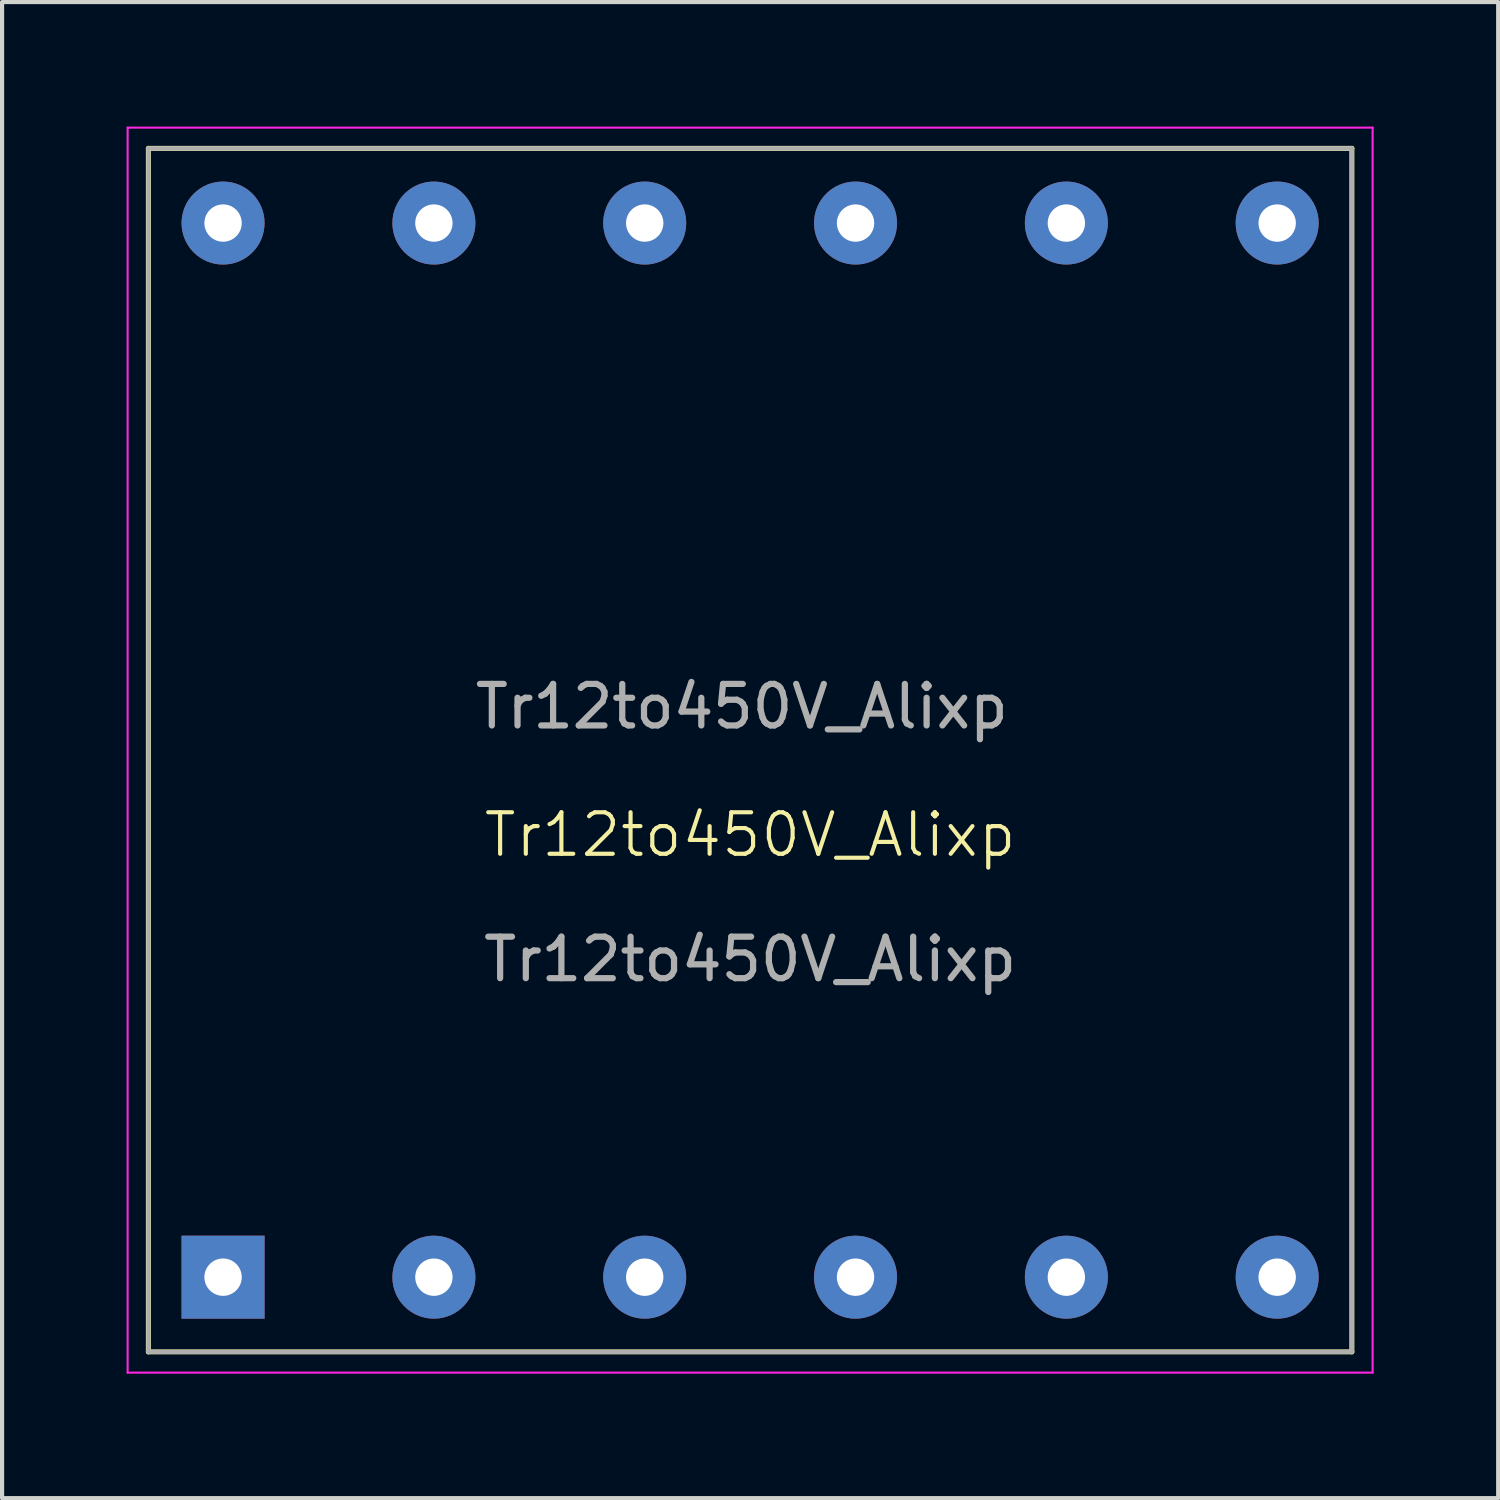
<source format=kicad_pcb>
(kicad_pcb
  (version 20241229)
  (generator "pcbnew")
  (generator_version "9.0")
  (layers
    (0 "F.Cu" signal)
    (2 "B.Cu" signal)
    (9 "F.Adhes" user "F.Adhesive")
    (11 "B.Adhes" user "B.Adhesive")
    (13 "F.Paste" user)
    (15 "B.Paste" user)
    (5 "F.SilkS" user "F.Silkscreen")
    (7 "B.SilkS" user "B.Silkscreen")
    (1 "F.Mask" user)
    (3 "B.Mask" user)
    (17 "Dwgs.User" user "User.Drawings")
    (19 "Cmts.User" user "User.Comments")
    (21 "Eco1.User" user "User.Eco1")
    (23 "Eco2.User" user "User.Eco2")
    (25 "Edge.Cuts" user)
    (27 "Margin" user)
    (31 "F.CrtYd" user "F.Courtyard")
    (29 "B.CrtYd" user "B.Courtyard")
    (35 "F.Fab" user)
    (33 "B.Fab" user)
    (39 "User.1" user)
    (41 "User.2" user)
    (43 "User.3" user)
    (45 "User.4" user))
  (footprint "Tr12to450V_Alixp"
    (layer "F.Cu")
    (at 15.025 15.025)
    (property "Reference" "Tr12to450V_Alixp" (at 0 2.04 0) (unlocked yes) (layer "F.SilkS") (effects (font (size 1 1) (thickness 0.1))))
    (attr smd)
    (fp_line (start -14.5 -14.5) (end 14.5 -14.5) (stroke (width 0.12) (type solid)) (layer "F.SilkS"))
    (fp_line (start -14.5 14.5) (end -14.5 -14.5) (stroke (width 0.12) (type solid)) (layer "F.SilkS"))
    (fp_line (start 14.5 -14.5) (end 14.5 14.5) (stroke (width 0.12) (type solid)) (layer "F.SilkS"))
    (fp_line (start 14.5 14.5) (end -14.5 14.5) (stroke (width 0.12) (type solid)) (layer "F.SilkS"))
    (fp_line (start -15 -15) (end -15 15) (stroke (width 0.05) (type solid)) (layer "F.CrtYd"))
    (fp_line (start -15 -15) (end 15 -15) (stroke (width 0.05) (type solid)) (layer "F.CrtYd"))
    (fp_line (start 15 15) (end -15 15) (stroke (width 0.05) (type solid)) (layer "F.CrtYd"))
    (fp_line (start 15 15) (end 15 -15) (stroke (width 0.05) (type solid)) (layer "F.CrtYd"))
    (fp_line (start -14.5 -14.5) (end 14.5 -14.5) (stroke (width 0.1) (type solid)) (layer "F.Fab"))
    (fp_line (start -14.5 14.5) (end -14.5 -14.5) (stroke (width 0.1) (type solid)) (layer "F.Fab"))
    (fp_line (start 14.5 -14.5) (end 14.5 14.5) (stroke (width 0.1) (type solid)) (layer "F.Fab"))
    (fp_line (start 14.5 14.5) (end -14.5 14.5) (stroke (width 0.1) (type solid)) (layer "F.Fab"))
    (fp_text user "${REFERENCE}" (at 0 5.04 0) (unlocked yes) (layer "F.Fab") (effects (font (size 1 1) (thickness 0.15))))
    (fp_text user "${REFERENCE}" (at -0.2 -1.05 0) (layer "F.Fab") (effects (font (size 1 1) (thickness 0.15))))
    (pad "1" thru_hole rect (at -12.7 12.7) (size 2 2) (drill 0.9) (layers "*.Cu" "*.Mask"))
    (pad "2" thru_hole circle (at -7.62 12.7) (size 2 2) (drill 0.9) (layers "*.Cu" "*.Mask"))
    (pad "3" thru_hole circle (at -2.54 12.7) (size 2 2) (drill 0.9) (layers "*.Cu" "*.Mask"))
    (pad "4" thru_hole circle (at 2.54 12.7) (size 2 2) (drill 0.9) (layers "*.Cu" "*.Mask"))
    (pad "5" thru_hole circle (at 7.62 12.7) (size 2 2) (drill 0.9) (layers "*.Cu" "*.Mask"))
    (pad "6" thru_hole circle (at 12.7 12.7) (size 2 2) (drill 0.9) (layers "*.Cu" "*.Mask"))
    (pad "7" thru_hole circle (at 12.7 -12.7) (size 2 2) (drill 0.9) (layers "*.Cu" "*.Mask"))
    (pad "8" thru_hole circle (at 7.62 -12.7) (size 2 2) (drill 0.9) (layers "*.Cu" "*.Mask"))
    (pad "9" thru_hole circle (at 2.54 -12.7) (size 2 2) (drill 0.9) (layers "*.Cu" "*.Mask"))
    (pad "10" thru_hole circle (at -2.54 -12.7) (size 2 2) (drill 0.9) (layers "*.Cu" "*.Mask"))
    (pad "11" thru_hole circle (at -7.62 -12.7) (size 2 2) (drill 0.9) (layers "*.Cu" "*.Mask"))
    (pad "12" thru_hole circle (at -12.7 -12.7) (size 2 2) (drill 0.9) (layers "*.Cu" "*.Mask")))
  (gr_rect
    (start -3 -3)
    (end 33.05 33.05)
    (stroke (width 0.1) (type default))
    (fill no)
    (layer "Edge.Cuts")))
</source>
